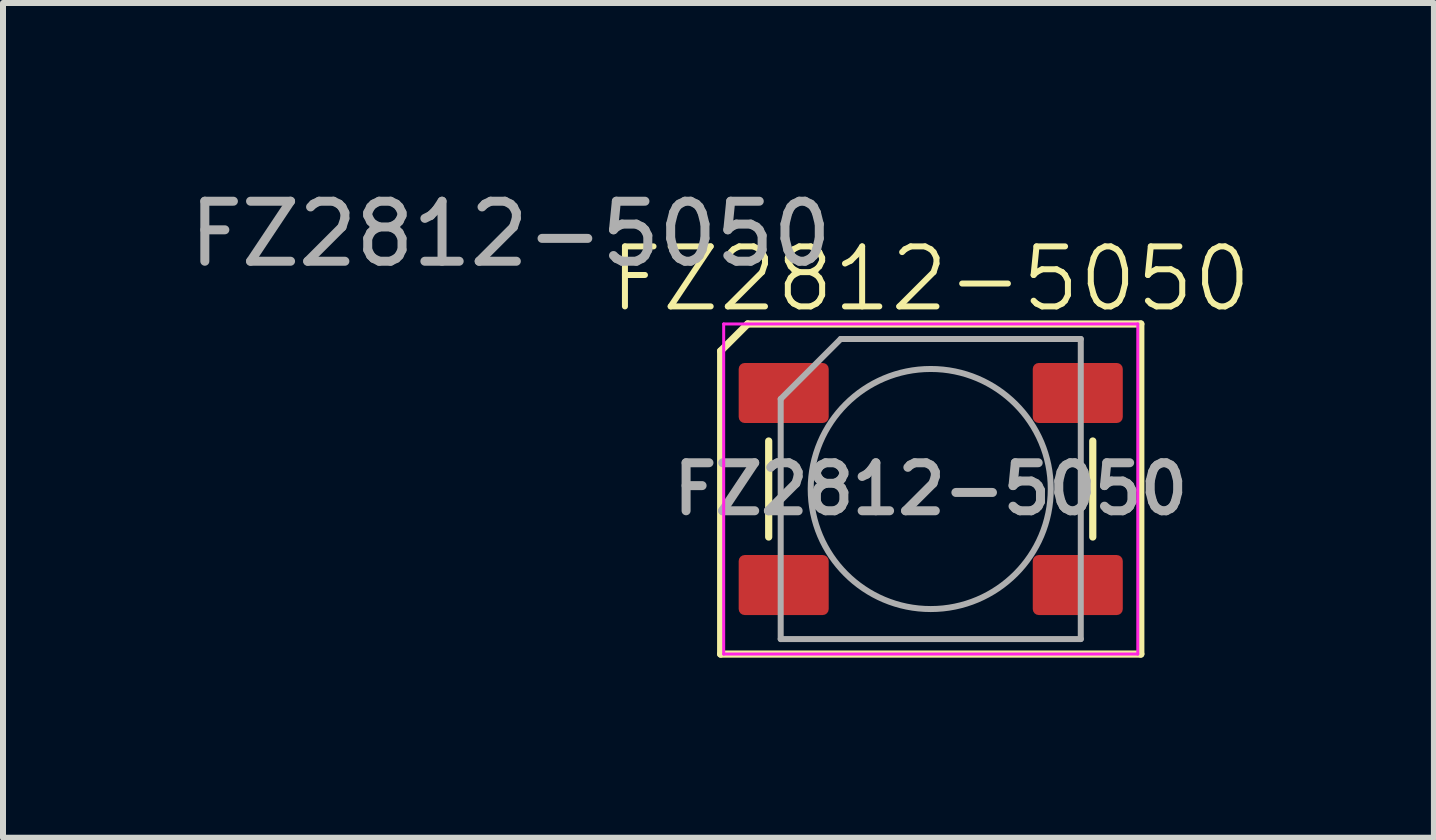
<source format=kicad_pcb>
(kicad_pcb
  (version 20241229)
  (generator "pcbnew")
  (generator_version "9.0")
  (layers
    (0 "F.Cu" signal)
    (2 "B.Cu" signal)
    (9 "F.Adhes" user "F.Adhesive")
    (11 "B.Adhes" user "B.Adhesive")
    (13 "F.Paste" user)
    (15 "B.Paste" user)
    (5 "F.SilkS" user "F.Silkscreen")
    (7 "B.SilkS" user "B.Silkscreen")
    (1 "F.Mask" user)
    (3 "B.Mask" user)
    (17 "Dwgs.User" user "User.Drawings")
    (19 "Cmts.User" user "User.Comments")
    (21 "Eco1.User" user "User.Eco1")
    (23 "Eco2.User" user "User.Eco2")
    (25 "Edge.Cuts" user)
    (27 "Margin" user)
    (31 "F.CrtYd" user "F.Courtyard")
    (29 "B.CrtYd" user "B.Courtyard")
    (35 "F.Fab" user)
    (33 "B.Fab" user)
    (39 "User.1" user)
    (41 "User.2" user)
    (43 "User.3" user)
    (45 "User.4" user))
  (footprint "FZ2812-5050"
    (layer "F.Cu")
    (at 12.458 5.098)
    (property "Reference" "FZ2812-5050" (at 0 -3.5 0) (unlocked yes) (layer "F.SilkS") (effects (font (size 1 1) (thickness 0.1))))
    (attr smd)
    (fp_line (start -3.5 -2.3) (end -3.5 2.75) (stroke (width 0.12) (type default)) (layer "F.SilkS"))
    (fp_line (start -3.05 -2.75) (end -3.5 -2.3) (stroke (width 0.12) (type default)) (layer "F.SilkS"))
    (fp_line (start -2.7 -0.8) (end -2.7 0.8) (stroke (width 0.12) (type default)) (layer "F.SilkS"))
    (fp_line (start 2.7 -0.8) (end 2.7 0.8) (stroke (width 0.12) (type default)) (layer "F.SilkS"))
    (fp_line (start 3.5 -2.75) (end -3.05 -2.75) (stroke (width 0.12) (type solid)) (layer "F.SilkS"))
    (fp_line (start 3.5 2.75) (end -3.5 2.75) (stroke (width 0.12) (type solid)) (layer "F.SilkS"))
    (fp_line (start 3.5 2.75) (end 3.5 -2.75) (stroke (width 0.12) (type default)) (layer "F.SilkS"))
    (fp_line (start -3.45 -2.75) (end -3.45 2.75) (stroke (width 0.05) (type solid)) (layer "F.CrtYd"))
    (fp_line (start -3.45 2.75) (end 3.45 2.75) (stroke (width 0.05) (type solid)) (layer "F.CrtYd"))
    (fp_line (start 3.45 -2.75) (end -3.45 -2.75) (stroke (width 0.05) (type solid)) (layer "F.CrtYd"))
    (fp_line (start 3.45 2.75) (end 3.45 -2.75) (stroke (width 0.05) (type solid)) (layer "F.CrtYd"))
    (fp_line (start -2.5 -1.5) (end -2.5 2.5) (stroke (width 0.1) (type solid)) (layer "F.Fab"))
    (fp_line (start -2.5 2.5) (end 2.5 2.5) (stroke (width 0.1) (type solid)) (layer "F.Fab"))
    (fp_line (start -1.5 -2.5) (end -2.5 -1.5) (stroke (width 0.1) (type solid)) (layer "F.Fab"))
    (fp_line (start 2.5 -2.5) (end -1.5 -2.5) (stroke (width 0.1) (type solid)) (layer "F.Fab"))
    (fp_line (start 2.5 2.5) (end 2.5 -2.5) (stroke (width 0.1) (type solid)) (layer "F.Fab"))
    (fp_circle (center 0 0) (end 0 -2) (stroke (width 0.1) (type solid)) (fill no) (layer "F.Fab"))
    (fp_text user "${REFERENCE}" (at 0 0 0) (layer "F.Fab") (effects (font (size 0.8 0.8) (thickness 0.15))))
    (fp_text user "${REFERENCE}" (at -7 -4.25 0) (unlocked yes) (layer "F.Fab") (effects (font (size 1 1) (thickness 0.15))))
    (pad "1" smd roundrect (at -2.45 -1.6) (size 1.5 1) (layers "F.Cu" "F.Mask" "F.Paste") (roundrect_rratio 0.1))
    (pad "2" smd roundrect (at -2.45 1.6) (size 1.5 1) (layers "F.Cu" "F.Mask" "F.Paste") (roundrect_rratio 0.1))
    (pad "3" smd roundrect (at 2.45 1.6) (size 1.5 1) (layers "F.Cu" "F.Mask" "F.Paste") (roundrect_rratio 0.1))
    (pad "4" smd roundrect (at 2.45 -1.6) (size 1.5 1) (layers "F.Cu" "F.Mask" "F.Paste") (roundrect_rratio 0.1)))
  (gr_rect
    (start -3 -3)
    (end 20.842 10.908)
    (stroke (width 0.1) (type default))
    (fill no)
    (layer "Edge.Cuts")))
</source>
